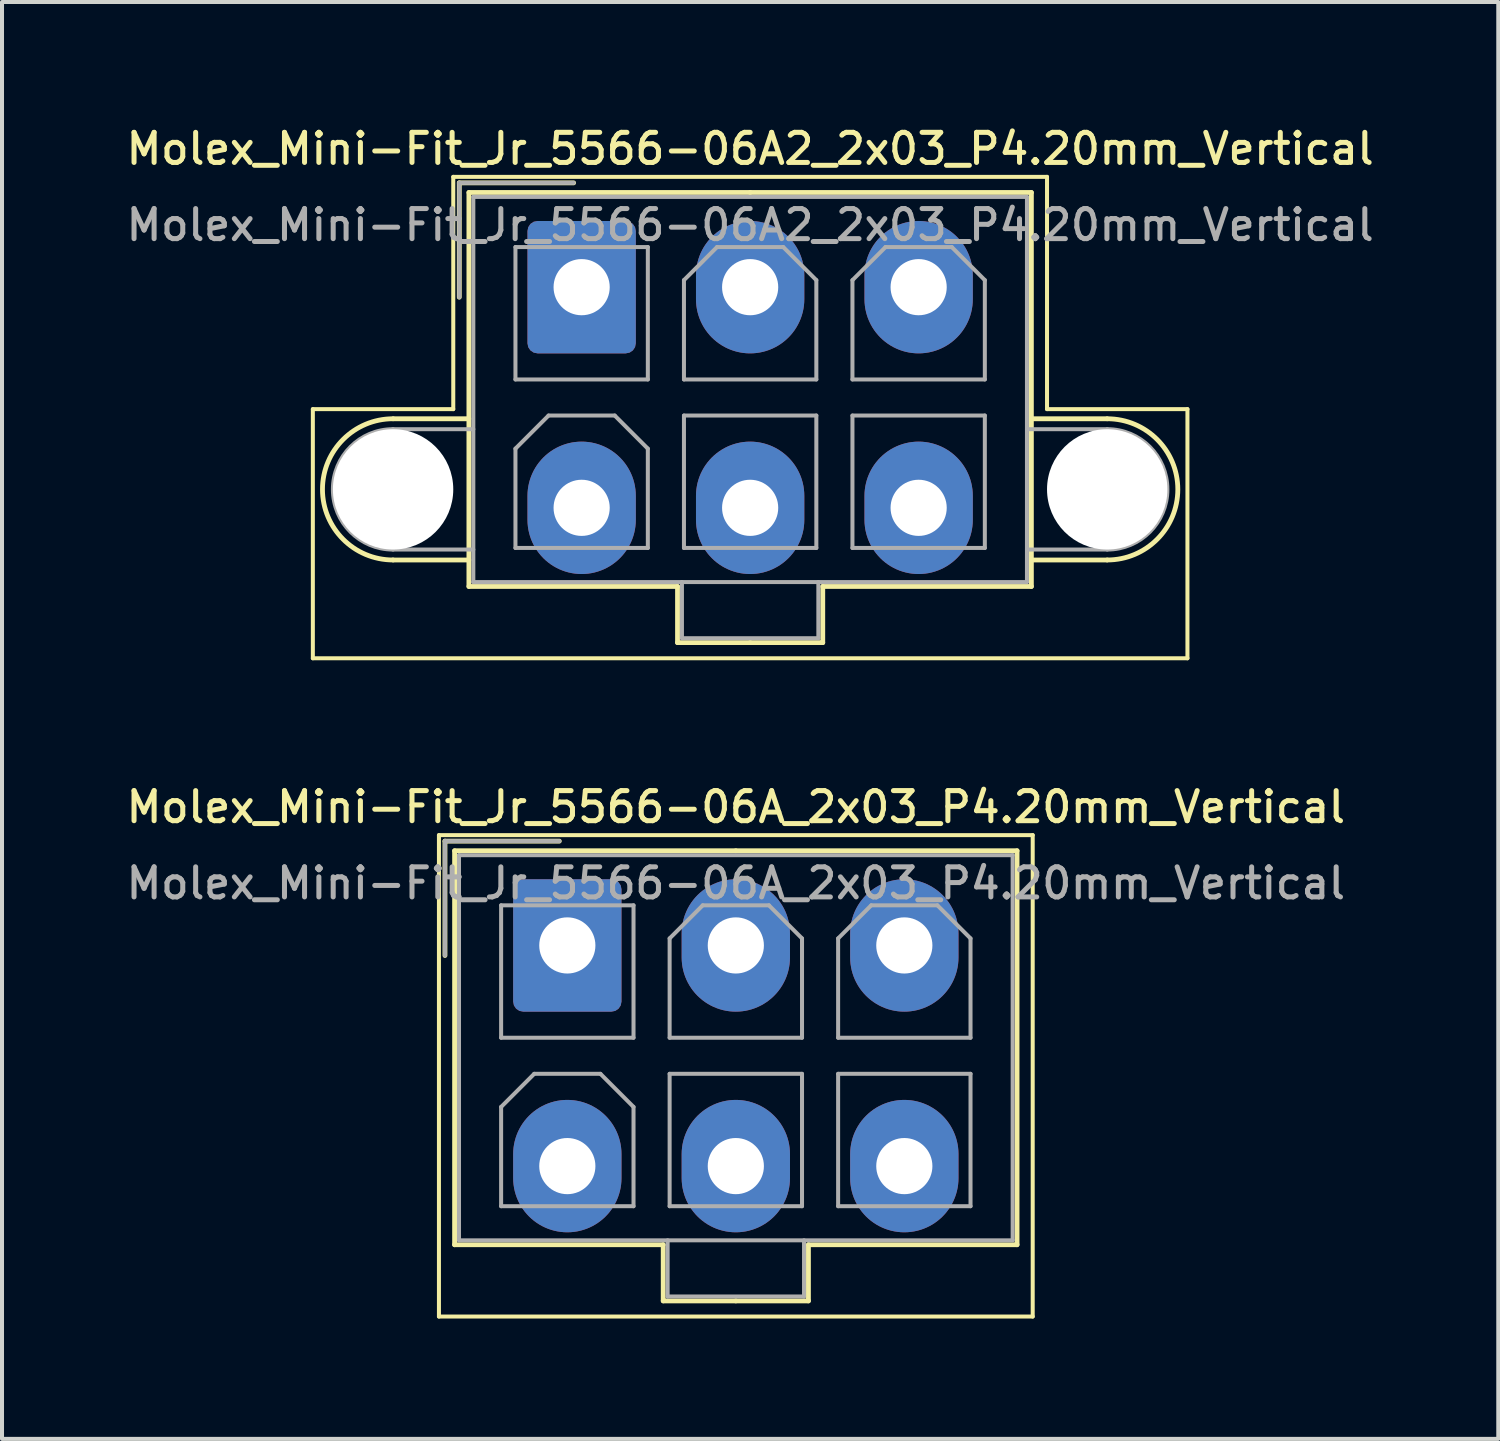
<source format=kicad_pcb>
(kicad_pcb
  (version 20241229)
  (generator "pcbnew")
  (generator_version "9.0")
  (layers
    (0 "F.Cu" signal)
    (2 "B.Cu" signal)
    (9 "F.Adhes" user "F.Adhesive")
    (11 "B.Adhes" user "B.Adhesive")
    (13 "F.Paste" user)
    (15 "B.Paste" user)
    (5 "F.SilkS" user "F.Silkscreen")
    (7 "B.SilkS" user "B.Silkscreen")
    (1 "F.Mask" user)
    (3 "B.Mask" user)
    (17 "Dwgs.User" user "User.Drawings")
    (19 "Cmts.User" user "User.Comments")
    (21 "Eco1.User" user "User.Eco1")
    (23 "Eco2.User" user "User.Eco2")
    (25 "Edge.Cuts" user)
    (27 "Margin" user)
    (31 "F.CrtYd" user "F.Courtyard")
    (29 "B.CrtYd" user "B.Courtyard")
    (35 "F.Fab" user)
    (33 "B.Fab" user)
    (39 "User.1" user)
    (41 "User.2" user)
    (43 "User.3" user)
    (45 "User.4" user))
  (footprint "Molex_Mini-Fit_Jr_5566-06A_2x03_P4.20mm_Vertical"
    (layer "F.Cu")
    (at 11.091 20.516)
    (property "Reference" "Molex_Mini-Fit_Jr_5566-06A_2x03_P4.20mm_Vertical" (at 4.2 -3.45 0) (layer "F.SilkS") (effects (font (size 0.75 0.75) (thickness 0.125))))
    (attr through_hole)
    (fp_line (start -3.2 -2.75) (end -3.2 9.25) (stroke (width 0.1) (type solid)) (layer "F.SilkS"))
    (fp_line (start -3.2 9.25) (end 11.6 9.25) (stroke (width 0.1) (type solid)) (layer "F.SilkS"))
    (fp_line (start -3.05 -2.6) (end -3.05 0.25) (stroke (width 0.12) (type solid)) (layer "F.SilkS"))
    (fp_line (start -2.81 -2.36) (end -2.81 7.46) (stroke (width 0.12) (type solid)) (layer "F.SilkS"))
    (fp_line (start -2.81 7.46) (end 2.39 7.46) (stroke (width 0.12) (type solid)) (layer "F.SilkS"))
    (fp_line (start -0.2 -2.6) (end -3.05 -2.6) (stroke (width 0.12) (type solid)) (layer "F.SilkS"))
    (fp_line (start 2.39 7.46) (end 2.39 8.86) (stroke (width 0.12) (type solid)) (layer "F.SilkS"))
    (fp_line (start 2.39 8.86) (end 4.2 8.86) (stroke (width 0.12) (type solid)) (layer "F.SilkS"))
    (fp_line (start 4.2 -2.36) (end -2.81 -2.36) (stroke (width 0.12) (type solid)) (layer "F.SilkS"))
    (fp_line (start 4.2 -2.36) (end 11.21 -2.36) (stroke (width 0.12) (type solid)) (layer "F.SilkS"))
    (fp_line (start 6.01 7.46) (end 6.01 8.86) (stroke (width 0.12) (type solid)) (layer "F.SilkS"))
    (fp_line (start 6.01 8.86) (end 4.2 8.86) (stroke (width 0.12) (type solid)) (layer "F.SilkS"))
    (fp_line (start 11.21 -2.36) (end 11.21 7.46) (stroke (width 0.12) (type solid)) (layer "F.SilkS"))
    (fp_line (start 11.21 7.46) (end 6.01 7.46) (stroke (width 0.12) (type solid)) (layer "F.SilkS"))
    (fp_line (start 11.6 -2.75) (end -3.2 -2.75) (stroke (width 0.1) (type solid)) (layer "F.SilkS"))
    (fp_line (start 11.6 9.25) (end 11.6 -2.75) (stroke (width 0.1) (type solid)) (layer "F.SilkS"))
    (fp_line (start -3.05 -2.6) (end -3.05 0.25) (stroke (width 0.1) (type solid)) (layer "F.Fab"))
    (fp_line (start -2.7 -2.25) (end -2.7 7.35) (stroke (width 0.1) (type solid)) (layer "F.Fab"))
    (fp_line (start -2.7 7.35) (end 11.1 7.35) (stroke (width 0.1) (type solid)) (layer "F.Fab"))
    (fp_line (start -1.65 -1) (end -1.65 2.3) (stroke (width 0.1) (type solid)) (layer "F.Fab"))
    (fp_line (start -1.65 2.3) (end 1.65 2.3) (stroke (width 0.1) (type solid)) (layer "F.Fab"))
    (fp_line (start -1.65 4.025) (end -0.825 3.2) (stroke (width 0.1) (type solid)) (layer "F.Fab"))
    (fp_line (start -1.65 6.5) (end -1.65 4.025) (stroke (width 0.1) (type solid)) (layer "F.Fab"))
    (fp_line (start -0.825 3.2) (end 0.825 3.2) (stroke (width 0.1) (type solid)) (layer "F.Fab"))
    (fp_line (start -0.2 -2.6) (end -3.05 -2.6) (stroke (width 0.1) (type solid)) (layer "F.Fab"))
    (fp_line (start 0.825 3.2) (end 1.65 4.025) (stroke (width 0.1) (type solid)) (layer "F.Fab"))
    (fp_line (start 1.65 -1) (end -1.65 -1) (stroke (width 0.1) (type solid)) (layer "F.Fab"))
    (fp_line (start 1.65 2.3) (end 1.65 -1) (stroke (width 0.1) (type solid)) (layer "F.Fab"))
    (fp_line (start 1.65 4.025) (end 1.65 6.5) (stroke (width 0.1) (type solid)) (layer "F.Fab"))
    (fp_line (start 1.65 6.5) (end -1.65 6.5) (stroke (width 0.1) (type solid)) (layer "F.Fab"))
    (fp_line (start 2.5 7.35) (end 2.5 8.75) (stroke (width 0.1) (type solid)) (layer "F.Fab"))
    (fp_line (start 2.5 8.75) (end 5.9 8.75) (stroke (width 0.1) (type solid)) (layer "F.Fab"))
    (fp_line (start 2.55 -0.175) (end 3.375 -1) (stroke (width 0.1) (type solid)) (layer "F.Fab"))
    (fp_line (start 2.55 2.3) (end 2.55 -0.175) (stroke (width 0.1) (type solid)) (layer "F.Fab"))
    (fp_line (start 2.55 3.2) (end 2.55 6.5) (stroke (width 0.1) (type solid)) (layer "F.Fab"))
    (fp_line (start 2.55 6.5) (end 5.85 6.5) (stroke (width 0.1) (type solid)) (layer "F.Fab"))
    (fp_line (start 3.375 -1) (end 5.025 -1) (stroke (width 0.1) (type solid)) (layer "F.Fab"))
    (fp_line (start 5.025 -1) (end 5.85 -0.175) (stroke (width 0.1) (type solid)) (layer "F.Fab"))
    (fp_line (start 5.85 -0.175) (end 5.85 2.3) (stroke (width 0.1) (type solid)) (layer "F.Fab"))
    (fp_line (start 5.85 2.3) (end 2.55 2.3) (stroke (width 0.1) (type solid)) (layer "F.Fab"))
    (fp_line (start 5.85 3.2) (end 2.55 3.2) (stroke (width 0.1) (type solid)) (layer "F.Fab"))
    (fp_line (start 5.85 6.5) (end 5.85 3.2) (stroke (width 0.1) (type solid)) (layer "F.Fab"))
    (fp_line (start 5.9 8.75) (end 5.9 7.35) (stroke (width 0.1) (type solid)) (layer "F.Fab"))
    (fp_line (start 6.75 -0.175) (end 7.575 -1) (stroke (width 0.1) (type solid)) (layer "F.Fab"))
    (fp_line (start 6.75 2.3) (end 6.75 -0.175) (stroke (width 0.1) (type solid)) (layer "F.Fab"))
    (fp_line (start 6.75 3.2) (end 6.75 6.5) (stroke (width 0.1) (type solid)) (layer "F.Fab"))
    (fp_line (start 6.75 6.5) (end 10.05 6.5) (stroke (width 0.1) (type solid)) (layer "F.Fab"))
    (fp_line (start 7.575 -1) (end 9.225 -1) (stroke (width 0.1) (type solid)) (layer "F.Fab"))
    (fp_line (start 9.225 -1) (end 10.05 -0.175) (stroke (width 0.1) (type solid)) (layer "F.Fab"))
    (fp_line (start 10.05 -0.175) (end 10.05 2.3) (stroke (width 0.1) (type solid)) (layer "F.Fab"))
    (fp_line (start 10.05 2.3) (end 6.75 2.3) (stroke (width 0.1) (type solid)) (layer "F.Fab"))
    (fp_line (start 10.05 3.2) (end 6.75 3.2) (stroke (width 0.1) (type solid)) (layer "F.Fab"))
    (fp_line (start 10.05 6.5) (end 10.05 3.2) (stroke (width 0.1) (type solid)) (layer "F.Fab"))
    (fp_line (start 11.1 -2.25) (end -2.7 -2.25) (stroke (width 0.1) (type solid)) (layer "F.Fab"))
    (fp_line (start 11.1 7.35) (end 11.1 -2.25) (stroke (width 0.1) (type solid)) (layer "F.Fab"))
    (fp_text user "${REFERENCE}" (at 4.2 -1.55 0) (layer "F.Fab") (effects (font (size 0.75 0.75) (thickness 0.125))))
    (pad "1" thru_hole roundrect (at 0 0) (size 2.7 3.3) (drill 1.4) (layers "*.Cu" "*.Mask") (roundrect_rratio 0.093))
    (pad "2" thru_hole oval (at 4.2 0) (size 2.7 3.3) (drill 1.4) (layers "*.Cu" "*.Mask"))
    (pad "3" thru_hole oval (at 8.4 0) (size 2.7 3.3) (drill 1.4) (layers "*.Cu" "*.Mask"))
    (pad "4" thru_hole oval (at 0 5.5) (size 2.7 3.3) (drill 1.4) (layers "*.Cu" "*.Mask"))
    (pad "5" thru_hole oval (at 4.2 5.5) (size 2.7 3.3) (drill 1.4) (layers "*.Cu" "*.Mask"))
    (pad "6" thru_hole oval (at 8.4 5.5) (size 2.7 3.3) (drill 1.4) (layers "*.Cu" "*.Mask")))
  (footprint "Molex_Mini-Fit_Jr_5566-06A2_2x03_P4.20mm_Vertical"
    (layer "F.Cu")
    (at 11.448 4.108)
    (property "Reference" "Molex_Mini-Fit_Jr_5566-06A2_2x03_P4.20mm_Vertical" (at 4.2 -3.45 0) (layer "F.SilkS") (effects (font (size 0.75 0.75) (thickness 0.125))))
    (attr through_hole)
    (fp_line (start -6.7 3.04) (end -6.7 9.25) (stroke (width 0.1) (type solid)) (layer "F.SilkS"))
    (fp_line (start -6.7 9.25) (end 15.1 9.25) (stroke (width 0.1) (type solid)) (layer "F.SilkS"))
    (fp_line (start -4.7 3.28) (end -2.81 3.28) (stroke (width 0.12) (type solid)) (layer "F.SilkS"))
    (fp_line (start -4.7 6.8) (end -2.81 6.8) (stroke (width 0.12) (type solid)) (layer "F.SilkS"))
    (fp_line (start -3.2 -2.75) (end -3.2 3.04) (stroke (width 0.1) (type solid)) (layer "F.SilkS"))
    (fp_line (start -3.2 3.04) (end -6.7 3.04) (stroke (width 0.1) (type solid)) (layer "F.SilkS"))
    (fp_line (start -3.05 -2.6) (end -3.05 0.25) (stroke (width 0.12) (type solid)) (layer "F.SilkS"))
    (fp_line (start -2.81 -2.36) (end -2.81 7.46) (stroke (width 0.12) (type solid)) (layer "F.SilkS"))
    (fp_line (start -2.81 7.46) (end 2.39 7.46) (stroke (width 0.12) (type solid)) (layer "F.SilkS"))
    (fp_line (start -0.2 -2.6) (end -3.05 -2.6) (stroke (width 0.12) (type solid)) (layer "F.SilkS"))
    (fp_line (start 2.39 7.46) (end 2.39 8.86) (stroke (width 0.12) (type solid)) (layer "F.SilkS"))
    (fp_line (start 2.39 8.86) (end 4.2 8.86) (stroke (width 0.12) (type solid)) (layer "F.SilkS"))
    (fp_line (start 4.2 -2.36) (end -2.81 -2.36) (stroke (width 0.12) (type solid)) (layer "F.SilkS"))
    (fp_line (start 4.2 -2.36) (end 11.21 -2.36) (stroke (width 0.12) (type solid)) (layer "F.SilkS"))
    (fp_line (start 6.01 7.46) (end 6.01 8.86) (stroke (width 0.12) (type solid)) (layer "F.SilkS"))
    (fp_line (start 6.01 8.86) (end 4.2 8.86) (stroke (width 0.12) (type solid)) (layer "F.SilkS"))
    (fp_line (start 11.21 -2.36) (end 11.21 7.46) (stroke (width 0.12) (type solid)) (layer "F.SilkS"))
    (fp_line (start 11.21 7.46) (end 6.01 7.46) (stroke (width 0.12) (type solid)) (layer "F.SilkS"))
    (fp_line (start 11.6 -2.75) (end -3.2 -2.75) (stroke (width 0.1) (type solid)) (layer "F.SilkS"))
    (fp_line (start 11.6 3.04) (end 11.6 -2.75) (stroke (width 0.1) (type solid)) (layer "F.SilkS"))
    (fp_line (start 13.1 3.28) (end 11.21 3.28) (stroke (width 0.12) (type solid)) (layer "F.SilkS"))
    (fp_line (start 13.1 6.8) (end 11.21 6.8) (stroke (width 0.12) (type solid)) (layer "F.SilkS"))
    (fp_line (start 15.1 3.04) (end 11.6 3.04) (stroke (width 0.1) (type solid)) (layer "F.SilkS"))
    (fp_line (start 15.1 9.25) (end 15.1 3.04) (stroke (width 0.1) (type solid)) (layer "F.SilkS"))
    (fp_arc (start -4.7 6.8) (mid -6.46 5.04) (end -4.7 3.28) (stroke (width 0.12) (type solid)) (layer "F.SilkS"))
    (fp_arc (start 13.1 3.28) (mid 14.86 5.04) (end 13.1 6.8) (stroke (width 0.12) (type solid)) (layer "F.SilkS"))
    (fp_line (start -4.7 3.54) (end -2.7 3.54) (stroke (width 0.1) (type solid)) (layer "F.Fab"))
    (fp_line (start -4.7 6.54) (end -2.7 6.54) (stroke (width 0.1) (type solid)) (layer "F.Fab"))
    (fp_line (start -3.05 -2.6) (end -3.05 0.25) (stroke (width 0.1) (type solid)) (layer "F.Fab"))
    (fp_line (start -2.7 -2.25) (end -2.7 7.35) (stroke (width 0.1) (type solid)) (layer "F.Fab"))
    (fp_line (start -2.7 7.35) (end 11.1 7.35) (stroke (width 0.1) (type solid)) (layer "F.Fab"))
    (fp_line (start -1.65 -1) (end -1.65 2.3) (stroke (width 0.1) (type solid)) (layer "F.Fab"))
    (fp_line (start -1.65 2.3) (end 1.65 2.3) (stroke (width 0.1) (type solid)) (layer "F.Fab"))
    (fp_line (start -1.65 4.025) (end -0.825 3.2) (stroke (width 0.1) (type solid)) (layer "F.Fab"))
    (fp_line (start -1.65 6.5) (end -1.65 4.025) (stroke (width 0.1) (type solid)) (layer "F.Fab"))
    (fp_line (start -0.825 3.2) (end 0.825 3.2) (stroke (width 0.1) (type solid)) (layer "F.Fab"))
    (fp_line (start -0.2 -2.6) (end -3.05 -2.6) (stroke (width 0.1) (type solid)) (layer "F.Fab"))
    (fp_line (start 0.825 3.2) (end 1.65 4.025) (stroke (width 0.1) (type solid)) (layer "F.Fab"))
    (fp_line (start 1.65 -1) (end -1.65 -1) (stroke (width 0.1) (type solid)) (layer "F.Fab"))
    (fp_line (start 1.65 2.3) (end 1.65 -1) (stroke (width 0.1) (type solid)) (layer "F.Fab"))
    (fp_line (start 1.65 4.025) (end 1.65 6.5) (stroke (width 0.1) (type solid)) (layer "F.Fab"))
    (fp_line (start 1.65 6.5) (end -1.65 6.5) (stroke (width 0.1) (type solid)) (layer "F.Fab"))
    (fp_line (start 2.5 7.35) (end 2.5 8.75) (stroke (width 0.1) (type solid)) (layer "F.Fab"))
    (fp_line (start 2.5 8.75) (end 5.9 8.75) (stroke (width 0.1) (type solid)) (layer "F.Fab"))
    (fp_line (start 2.55 -0.175) (end 3.375 -1) (stroke (width 0.1) (type solid)) (layer "F.Fab"))
    (fp_line (start 2.55 2.3) (end 2.55 -0.175) (stroke (width 0.1) (type solid)) (layer "F.Fab"))
    (fp_line (start 2.55 3.2) (end 2.55 6.5) (stroke (width 0.1) (type solid)) (layer "F.Fab"))
    (fp_line (start 2.55 6.5) (end 5.85 6.5) (stroke (width 0.1) (type solid)) (layer "F.Fab"))
    (fp_line (start 3.375 -1) (end 5.025 -1) (stroke (width 0.1) (type solid)) (layer "F.Fab"))
    (fp_line (start 5.025 -1) (end 5.85 -0.175) (stroke (width 0.1) (type solid)) (layer "F.Fab"))
    (fp_line (start 5.85 -0.175) (end 5.85 2.3) (stroke (width 0.1) (type solid)) (layer "F.Fab"))
    (fp_line (start 5.85 2.3) (end 2.55 2.3) (stroke (width 0.1) (type solid)) (layer "F.Fab"))
    (fp_line (start 5.85 3.2) (end 2.55 3.2) (stroke (width 0.1) (type solid)) (layer "F.Fab"))
    (fp_line (start 5.85 6.5) (end 5.85 3.2) (stroke (width 0.1) (type solid)) (layer "F.Fab"))
    (fp_line (start 5.9 8.75) (end 5.9 7.35) (stroke (width 0.1) (type solid)) (layer "F.Fab"))
    (fp_line (start 6.75 -0.175) (end 7.575 -1) (stroke (width 0.1) (type solid)) (layer "F.Fab"))
    (fp_line (start 6.75 2.3) (end 6.75 -0.175) (stroke (width 0.1) (type solid)) (layer "F.Fab"))
    (fp_line (start 6.75 3.2) (end 6.75 6.5) (stroke (width 0.1) (type solid)) (layer "F.Fab"))
    (fp_line (start 6.75 6.5) (end 10.05 6.5) (stroke (width 0.1) (type solid)) (layer "F.Fab"))
    (fp_line (start 7.575 -1) (end 9.225 -1) (stroke (width 0.1) (type solid)) (layer "F.Fab"))
    (fp_line (start 9.225 -1) (end 10.05 -0.175) (stroke (width 0.1) (type solid)) (layer "F.Fab"))
    (fp_line (start 10.05 -0.175) (end 10.05 2.3) (stroke (width 0.1) (type solid)) (layer "F.Fab"))
    (fp_line (start 10.05 2.3) (end 6.75 2.3) (stroke (width 0.1) (type solid)) (layer "F.Fab"))
    (fp_line (start 10.05 3.2) (end 6.75 3.2) (stroke (width 0.1) (type solid)) (layer "F.Fab"))
    (fp_line (start 10.05 6.5) (end 10.05 3.2) (stroke (width 0.1) (type solid)) (layer "F.Fab"))
    (fp_line (start 11.1 -2.25) (end -2.7 -2.25) (stroke (width 0.1) (type solid)) (layer "F.Fab"))
    (fp_line (start 11.1 7.35) (end 11.1 -2.25) (stroke (width 0.1) (type solid)) (layer "F.Fab"))
    (fp_line (start 13.1 3.54) (end 11.1 3.54) (stroke (width 0.1) (type solid)) (layer "F.Fab"))
    (fp_line (start 13.1 6.54) (end 11.1 6.54) (stroke (width 0.1) (type solid)) (layer "F.Fab"))
    (fp_arc (start -4.7 6.54) (mid -6.2 5.04) (end -4.7 3.54) (stroke (width 0.1) (type solid)) (layer "F.Fab"))
    (fp_arc (start 13.1 3.54) (mid 14.6 5.04) (end 13.1 6.54) (stroke (width 0.1) (type solid)) (layer "F.Fab"))
    (fp_text user "${REFERENCE}" (at 4.2 -1.55 0) (layer "F.Fab") (effects (font (size 0.75 0.75) (thickness 0.125))))
    (pad "" np_thru_hole circle (at -4.7 5.04) (size 3 3) (drill 3) (layers "*.Cu" "*.Mask"))
    (pad "" np_thru_hole circle (at 13.1 5.04) (size 3 3) (drill 3) (layers "*.Cu" "*.Mask"))
    (pad "1" thru_hole roundrect (at 0 0) (size 2.7 3.3) (drill 1.4) (layers "*.Cu" "*.Mask") (roundrect_rratio 0.093))
    (pad "2" thru_hole oval (at 4.2 0) (size 2.7 3.3) (drill 1.4) (layers "*.Cu" "*.Mask"))
    (pad "3" thru_hole oval (at 8.4 0) (size 2.7 3.3) (drill 1.4) (layers "*.Cu" "*.Mask"))
    (pad "4" thru_hole oval (at 0 5.5) (size 2.7 3.3) (drill 1.4) (layers "*.Cu" "*.Mask"))
    (pad "5" thru_hole oval (at 4.2 5.5) (size 2.7 3.3) (drill 1.4) (layers "*.Cu" "*.Mask"))
    (pad "6" thru_hole oval (at 8.4 5.5) (size 2.7 3.3) (drill 1.4) (layers "*.Cu" "*.Mask")))
  (gr_rect
    (start -3 -3)
    (end 34.296 32.816)
    (stroke (width 0.1) (type default))
    (fill no)
    (layer "Edge.Cuts")))
</source>
